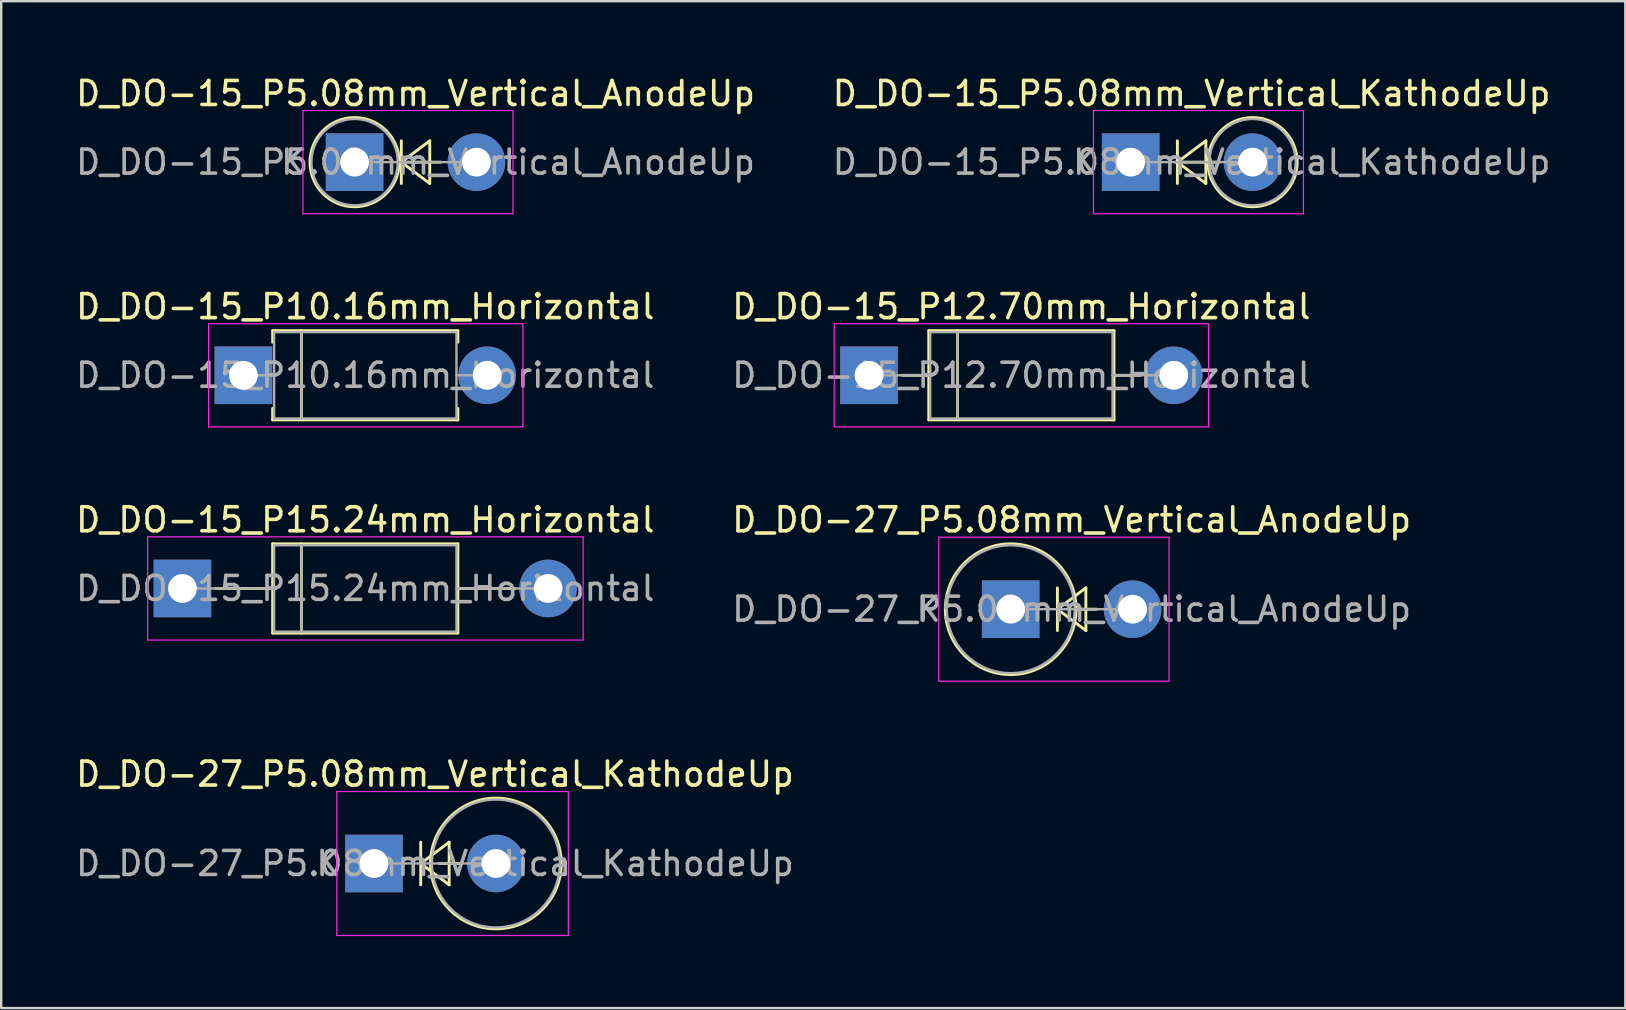
<source format=kicad_pcb>
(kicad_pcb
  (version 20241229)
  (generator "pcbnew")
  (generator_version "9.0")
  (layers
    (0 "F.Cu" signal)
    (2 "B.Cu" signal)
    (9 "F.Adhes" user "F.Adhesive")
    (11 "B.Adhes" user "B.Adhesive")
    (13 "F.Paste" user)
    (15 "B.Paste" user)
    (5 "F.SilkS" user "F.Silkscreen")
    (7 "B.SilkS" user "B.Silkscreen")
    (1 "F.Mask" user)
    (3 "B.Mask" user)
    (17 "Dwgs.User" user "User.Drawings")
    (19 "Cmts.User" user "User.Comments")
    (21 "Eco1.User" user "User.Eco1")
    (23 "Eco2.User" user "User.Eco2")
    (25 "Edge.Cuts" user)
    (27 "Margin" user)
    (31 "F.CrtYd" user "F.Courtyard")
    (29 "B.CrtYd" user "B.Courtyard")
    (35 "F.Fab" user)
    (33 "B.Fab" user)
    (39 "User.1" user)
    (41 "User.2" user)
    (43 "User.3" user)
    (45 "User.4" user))
  (footprint "D_DO-15_P12.70mm_Horizontal"
    (layer "F.Cu")
    (at 33.168 12.591)
    (property "Reference" "D_DO-15_P12.70mm_Horizontal" (at 6.35 -2.86 0) (layer "F.SilkS") (effects (font (size 1 1) (thickness 0.15))))
    (attr through_hole)
    (fp_line (start 1.38 0) (end 2.49 0) (stroke (width 0.12) (type solid)) (layer "F.SilkS"))
    (fp_line (start 2.49 -1.86) (end 2.49 1.86) (stroke (width 0.12) (type solid)) (layer "F.SilkS"))
    (fp_line (start 2.49 1.86) (end 10.21 1.86) (stroke (width 0.12) (type solid)) (layer "F.SilkS"))
    (fp_line (start 3.69 -1.86) (end 3.69 1.86) (stroke (width 0.12) (type solid)) (layer "F.SilkS"))
    (fp_line (start 10.21 -1.86) (end 2.49 -1.86) (stroke (width 0.12) (type solid)) (layer "F.SilkS"))
    (fp_line (start 10.21 1.86) (end 10.21 -1.86) (stroke (width 0.12) (type solid)) (layer "F.SilkS"))
    (fp_line (start 11.32 0) (end 10.21 0) (stroke (width 0.12) (type solid)) (layer "F.SilkS"))
    (fp_line (start -1.45 -2.15) (end -1.45 2.15) (stroke (width 0.05) (type solid)) (layer "F.CrtYd"))
    (fp_line (start -1.45 2.15) (end 14.15 2.15) (stroke (width 0.05) (type solid)) (layer "F.CrtYd"))
    (fp_line (start 14.15 -2.15) (end -1.45 -2.15) (stroke (width 0.05) (type solid)) (layer "F.CrtYd"))
    (fp_line (start 14.15 2.15) (end 14.15 -2.15) (stroke (width 0.05) (type solid)) (layer "F.CrtYd"))
    (fp_line (start 0 0) (end 2.55 0) (stroke (width 0.1) (type solid)) (layer "F.Fab"))
    (fp_line (start 2.55 -1.8) (end 2.55 1.8) (stroke (width 0.1) (type solid)) (layer "F.Fab"))
    (fp_line (start 2.55 1.8) (end 10.15 1.8) (stroke (width 0.1) (type solid)) (layer "F.Fab"))
    (fp_line (start 3.69 -1.8) (end 3.69 1.8) (stroke (width 0.1) (type solid)) (layer "F.Fab"))
    (fp_line (start 10.15 -1.8) (end 2.55 -1.8) (stroke (width 0.1) (type solid)) (layer "F.Fab"))
    (fp_line (start 10.15 1.8) (end 10.15 -1.8) (stroke (width 0.1) (type solid)) (layer "F.Fab"))
    (fp_line (start 12.7 0) (end 10.15 0) (stroke (width 0.1) (type solid)) (layer "F.Fab"))
    (fp_text user "${REFERENCE}" (at 6.35 0 0) (layer "F.Fab") (effects (font (size 1 1) (thickness 0.15))))
    (pad "1" thru_hole rect (at 0 0) (size 2.4 2.4) (drill 1.2) (layers "*.Cu" "*.Mask"))
    (pad "2" thru_hole oval (at 12.7 0) (size 2.4 2.4) (drill 1.2) (layers "*.Cu" "*.Mask")))
  (footprint "D_DO-15_P5.08mm_Vertical_KathodeUp"
    (layer "F.Cu")
    (at 44.073 3.708)
    (property "Reference" "D_DO-15_P5.08mm_Vertical_KathodeUp" (at 2.54 -2.86 0) (layer "F.SilkS") (effects (font (size 1 1) (thickness 0.15))))
    (attr through_hole)
    (fp_line (start 1.86 0) (end 3.58 0) (stroke (width 0.12) (type solid)) (layer "F.SilkS"))
    (fp_line (start 1.947 -0.889) (end 1.947 0.889) (stroke (width 0.12) (type solid)) (layer "F.SilkS"))
    (fp_line (start 1.947 0) (end 3.133 -0.889) (stroke (width 0.12) (type solid)) (layer "F.SilkS"))
    (fp_line (start 3.133 -0.889) (end 3.133 0.889) (stroke (width 0.12) (type solid)) (layer "F.SilkS"))
    (fp_line (start 3.133 0.889) (end 1.947 0) (stroke (width 0.12) (type solid)) (layer "F.SilkS"))
    (fp_circle (center 5.08 0) (end 6.94 0) (stroke (width 0.12) (type solid)) (fill no) (layer "F.SilkS"))
    (fp_line (start -1.55 -2.15) (end -1.55 2.15) (stroke (width 0.05) (type solid)) (layer "F.CrtYd"))
    (fp_line (start -1.55 2.15) (end 7.2 2.15) (stroke (width 0.05) (type solid)) (layer "F.CrtYd"))
    (fp_line (start 7.2 -2.15) (end -1.55 -2.15) (stroke (width 0.05) (type solid)) (layer "F.CrtYd"))
    (fp_line (start 7.2 2.15) (end 7.2 -2.15) (stroke (width 0.05) (type solid)) (layer "F.CrtYd"))
    (fp_line (start 0 0) (end 5.08 0) (stroke (width 0.1) (type solid)) (layer "F.Fab"))
    (fp_circle (center 5.08 0) (end 6.88 0) (stroke (width 0.1) (type solid)) (fill no) (layer "F.Fab"))
    (fp_text user "K" (at -1.9 0 0) (layer "F.Fab") (effects (font (size 1 1) (thickness 0.15))))
    (fp_text user "${REFERENCE}" (at 2.54 0 0) (layer "F.Fab") (effects (font (size 1 1) (thickness 0.15))))
    (pad "1" thru_hole rect (at 0 0) (size 2.4 2.4) (drill 1.2) (layers "*.Cu" "*.Mask"))
    (pad "2" thru_hole oval (at 5.08 0) (size 2.4 2.4) (drill 1.2) (layers "*.Cu" "*.Mask")))
  (footprint "D_DO-15_P15.24mm_Horizontal"
    (layer "F.Cu")
    (at 4.553 21.475)
    (property "Reference" "D_DO-15_P15.24mm_Horizontal" (at 7.62 -2.86 0) (layer "F.SilkS") (effects (font (size 1 1) (thickness 0.15))))
    (attr through_hole)
    (fp_line (start 1.38 0) (end 3.76 0) (stroke (width 0.12) (type solid)) (layer "F.SilkS"))
    (fp_line (start 3.76 -1.86) (end 3.76 1.86) (stroke (width 0.12) (type solid)) (layer "F.SilkS"))
    (fp_line (start 3.76 1.86) (end 11.48 1.86) (stroke (width 0.12) (type solid)) (layer "F.SilkS"))
    (fp_line (start 4.96 -1.86) (end 4.96 1.86) (stroke (width 0.12) (type solid)) (layer "F.SilkS"))
    (fp_line (start 11.48 -1.86) (end 3.76 -1.86) (stroke (width 0.12) (type solid)) (layer "F.SilkS"))
    (fp_line (start 11.48 1.86) (end 11.48 -1.86) (stroke (width 0.12) (type solid)) (layer "F.SilkS"))
    (fp_line (start 13.86 0) (end 11.48 0) (stroke (width 0.12) (type solid)) (layer "F.SilkS"))
    (fp_line (start -1.45 -2.15) (end -1.45 2.15) (stroke (width 0.05) (type solid)) (layer "F.CrtYd"))
    (fp_line (start -1.45 2.15) (end 16.7 2.15) (stroke (width 0.05) (type solid)) (layer "F.CrtYd"))
    (fp_line (start 16.7 -2.15) (end -1.45 -2.15) (stroke (width 0.05) (type solid)) (layer "F.CrtYd"))
    (fp_line (start 16.7 2.15) (end 16.7 -2.15) (stroke (width 0.05) (type solid)) (layer "F.CrtYd"))
    (fp_line (start 0 0) (end 3.82 0) (stroke (width 0.1) (type solid)) (layer "F.Fab"))
    (fp_line (start 3.82 -1.8) (end 3.82 1.8) (stroke (width 0.1) (type solid)) (layer "F.Fab"))
    (fp_line (start 3.82 1.8) (end 11.42 1.8) (stroke (width 0.1) (type solid)) (layer "F.Fab"))
    (fp_line (start 4.96 -1.8) (end 4.96 1.8) (stroke (width 0.1) (type solid)) (layer "F.Fab"))
    (fp_line (start 11.42 -1.8) (end 3.82 -1.8) (stroke (width 0.1) (type solid)) (layer "F.Fab"))
    (fp_line (start 11.42 1.8) (end 11.42 -1.8) (stroke (width 0.1) (type solid)) (layer "F.Fab"))
    (fp_line (start 15.24 0) (end 11.42 0) (stroke (width 0.1) (type solid)) (layer "F.Fab"))
    (fp_text user "${REFERENCE}" (at 7.62 0 0) (layer "F.Fab") (effects (font (size 1 1) (thickness 0.15))))
    (pad "1" thru_hole rect (at 0 0) (size 2.4 2.4) (drill 1.2) (layers "*.Cu" "*.Mask"))
    (pad "2" thru_hole oval (at 15.24 0) (size 2.4 2.4) (drill 1.2) (layers "*.Cu" "*.Mask")))
  (footprint "D_DO-27_P5.08mm_Vertical_AnodeUp"
    (layer "F.Cu")
    (at 39.073 22.34)
    (property "Reference" "D_DO-27_P5.08mm_Vertical_AnodeUp" (at 2.54 -3.725 0) (layer "F.SilkS") (effects (font (size 1 1) (thickness 0.15))))
    (attr through_hole)
    (fp_line (start 1.947 -0.889) (end 1.947 0.889) (stroke (width 0.12) (type solid)) (layer "F.SilkS"))
    (fp_line (start 1.947 0) (end 3.133 -0.889) (stroke (width 0.12) (type solid)) (layer "F.SilkS"))
    (fp_line (start 2.725 0) (end 3.58 0) (stroke (width 0.12) (type solid)) (layer "F.SilkS"))
    (fp_line (start 3.133 -0.889) (end 3.133 0.889) (stroke (width 0.12) (type solid)) (layer "F.SilkS"))
    (fp_line (start 3.133 0.889) (end 1.947 0) (stroke (width 0.12) (type solid)) (layer "F.SilkS"))
    (fp_circle (center 0 0) (end 2.725 0) (stroke (width 0.12) (type solid)) (fill no) (layer "F.SilkS"))
    (fp_line (start -3 -3) (end -3 3) (stroke (width 0.05) (type solid)) (layer "F.CrtYd"))
    (fp_line (start -3 3) (end 6.6 3) (stroke (width 0.05) (type solid)) (layer "F.CrtYd"))
    (fp_line (start 6.6 -3) (end -3 -3) (stroke (width 0.05) (type solid)) (layer "F.CrtYd"))
    (fp_line (start 6.6 3) (end 6.6 -3) (stroke (width 0.05) (type solid)) (layer "F.CrtYd"))
    (fp_line (start 0 0) (end 5.08 0) (stroke (width 0.1) (type solid)) (layer "F.Fab"))
    (fp_circle (center 0 0) (end 2.665 0) (stroke (width 0.1) (type solid)) (fill no) (layer "F.Fab"))
    (fp_text user "K" (at -3.425 0 0) (layer "F.Fab") (effects (font (size 1 1) (thickness 0.15))))
    (fp_text user "${REFERENCE}" (at 2.54 0 0) (layer "F.Fab") (effects (font (size 1 1) (thickness 0.15))))
    (pad "1" thru_hole rect (at 0 0) (size 2.4 2.4) (drill 1.2) (layers "*.Cu" "*.Mask"))
    (pad "2" thru_hole oval (at 5.08 0) (size 2.4 2.4) (drill 1.2) (layers "*.Cu" "*.Mask")))
  (footprint "D_DO-15_P5.08mm_Vertical_AnodeUp"
    (layer "F.Cu")
    (at 11.728 3.708)
    (property "Reference" "D_DO-15_P5.08mm_Vertical_AnodeUp" (at 2.54 -2.86 0) (layer "F.SilkS") (effects (font (size 1 1) (thickness 0.15))))
    (attr through_hole)
    (fp_line (start 1.86 0) (end 3.58 0) (stroke (width 0.12) (type solid)) (layer "F.SilkS"))
    (fp_line (start 1.947 -0.889) (end 1.947 0.889) (stroke (width 0.12) (type solid)) (layer "F.SilkS"))
    (fp_line (start 1.947 0) (end 3.133 -0.889) (stroke (width 0.12) (type solid)) (layer "F.SilkS"))
    (fp_line (start 3.133 -0.889) (end 3.133 0.889) (stroke (width 0.12) (type solid)) (layer "F.SilkS"))
    (fp_line (start 3.133 0.889) (end 1.947 0) (stroke (width 0.12) (type solid)) (layer "F.SilkS"))
    (fp_circle (center 0 0) (end 1.86 0) (stroke (width 0.12) (type solid)) (fill no) (layer "F.SilkS"))
    (fp_line (start -2.15 -2.15) (end -2.15 2.15) (stroke (width 0.05) (type solid)) (layer "F.CrtYd"))
    (fp_line (start -2.15 2.15) (end 6.6 2.15) (stroke (width 0.05) (type solid)) (layer "F.CrtYd"))
    (fp_line (start 6.6 -2.15) (end -2.15 -2.15) (stroke (width 0.05) (type solid)) (layer "F.CrtYd"))
    (fp_line (start 6.6 2.15) (end 6.6 -2.15) (stroke (width 0.05) (type solid)) (layer "F.CrtYd"))
    (fp_line (start 0 0) (end 5.08 0) (stroke (width 0.1) (type solid)) (layer "F.Fab"))
    (fp_circle (center 0 0) (end 1.8 0) (stroke (width 0.1) (type solid)) (fill no) (layer "F.Fab"))
    (fp_text user "K" (at -2.56 0 0) (layer "F.Fab") (effects (font (size 1 1) (thickness 0.15))))
    (fp_text user "${REFERENCE}" (at 2.54 0 0) (layer "F.Fab") (effects (font (size 1 1) (thickness 0.15))))
    (pad "1" thru_hole rect (at 0 0) (size 2.4 2.4) (drill 1.2) (layers "*.Cu" "*.Mask"))
    (pad "2" thru_hole oval (at 5.08 0) (size 2.4 2.4) (drill 1.2) (layers "*.Cu" "*.Mask")))
  (footprint "D_DO-27_P5.08mm_Vertical_KathodeUp"
    (layer "F.Cu")
    (at 12.537 32.938)
    (property "Reference" "D_DO-27_P5.08mm_Vertical_KathodeUp" (at 2.54 -3.725 0) (layer "F.SilkS") (effects (font (size 1 1) (thickness 0.15))))
    (attr through_hole)
    (fp_line (start 1.947 -0.889) (end 1.947 0.889) (stroke (width 0.12) (type solid)) (layer "F.SilkS"))
    (fp_line (start 1.947 0) (end 3.133 -0.889) (stroke (width 0.12) (type solid)) (layer "F.SilkS"))
    (fp_line (start 2.725 0) (end 3.58 0) (stroke (width 0.12) (type solid)) (layer "F.SilkS"))
    (fp_line (start 3.133 -0.889) (end 3.133 0.889) (stroke (width 0.12) (type solid)) (layer "F.SilkS"))
    (fp_line (start 3.133 0.889) (end 1.947 0) (stroke (width 0.12) (type solid)) (layer "F.SilkS"))
    (fp_circle (center 5.08 0) (end 7.805 0) (stroke (width 0.12) (type solid)) (fill no) (layer "F.SilkS"))
    (fp_line (start -1.55 -3) (end -1.55 3) (stroke (width 0.05) (type solid)) (layer "F.CrtYd"))
    (fp_line (start -1.55 3) (end 8.1 3) (stroke (width 0.05) (type solid)) (layer "F.CrtYd"))
    (fp_line (start 8.1 -3) (end -1.55 -3) (stroke (width 0.05) (type solid)) (layer "F.CrtYd"))
    (fp_line (start 8.1 3) (end 8.1 -3) (stroke (width 0.05) (type solid)) (layer "F.CrtYd"))
    (fp_line (start 0 0) (end 5.08 0) (stroke (width 0.1) (type solid)) (layer "F.Fab"))
    (fp_circle (center 5.08 0) (end 7.745 0) (stroke (width 0.1) (type solid)) (fill no) (layer "F.Fab"))
    (fp_text user "K" (at -1.9 0 0) (layer "F.Fab") (effects (font (size 1 1) (thickness 0.15))))
    (fp_text user "${REFERENCE}" (at 2.54 0 0) (layer "F.Fab") (effects (font (size 1 1) (thickness 0.15))))
    (pad "1" thru_hole rect (at 0 0) (size 2.4 2.4) (drill 1.2) (layers "*.Cu" "*.Mask"))
    (pad "2" thru_hole oval (at 5.08 0) (size 2.4 2.4) (drill 1.2) (layers "*.Cu" "*.Mask")))
  (footprint "D_DO-15_P10.16mm_Horizontal"
    (layer "F.Cu")
    (at 7.093 12.591)
    (property "Reference" "D_DO-15_P10.16mm_Horizontal" (at 5.08 -2.86 0) (layer "F.SilkS") (effects (font (size 1 1) (thickness 0.15))))
    (attr through_hole)
    (fp_line (start 1.22 -1.86) (end 8.94 -1.86) (stroke (width 0.12) (type solid)) (layer "F.SilkS"))
    (fp_line (start 1.22 -1.38) (end 1.22 -1.86) (stroke (width 0.12) (type solid)) (layer "F.SilkS"))
    (fp_line (start 1.22 1.38) (end 1.22 1.86) (stroke (width 0.12) (type solid)) (layer "F.SilkS"))
    (fp_line (start 1.22 1.86) (end 8.94 1.86) (stroke (width 0.12) (type solid)) (layer "F.SilkS"))
    (fp_line (start 2.42 -1.86) (end 2.42 1.86) (stroke (width 0.12) (type solid)) (layer "F.SilkS"))
    (fp_line (start 8.94 -1.86) (end 8.94 -1.38) (stroke (width 0.12) (type solid)) (layer "F.SilkS"))
    (fp_line (start 8.94 1.86) (end 8.94 1.38) (stroke (width 0.12) (type solid)) (layer "F.SilkS"))
    (fp_line (start -1.45 -2.15) (end -1.45 2.15) (stroke (width 0.05) (type solid)) (layer "F.CrtYd"))
    (fp_line (start -1.45 2.15) (end 11.65 2.15) (stroke (width 0.05) (type solid)) (layer "F.CrtYd"))
    (fp_line (start 11.65 -2.15) (end -1.45 -2.15) (stroke (width 0.05) (type solid)) (layer "F.CrtYd"))
    (fp_line (start 11.65 2.15) (end 11.65 -2.15) (stroke (width 0.05) (type solid)) (layer "F.CrtYd"))
    (fp_line (start 0 0) (end 1.28 0) (stroke (width 0.1) (type solid)) (layer "F.Fab"))
    (fp_line (start 1.28 -1.8) (end 1.28 1.8) (stroke (width 0.1) (type solid)) (layer "F.Fab"))
    (fp_line (start 1.28 1.8) (end 8.88 1.8) (stroke (width 0.1) (type solid)) (layer "F.Fab"))
    (fp_line (start 2.42 -1.8) (end 2.42 1.8) (stroke (width 0.1) (type solid)) (layer "F.Fab"))
    (fp_line (start 8.88 -1.8) (end 1.28 -1.8) (stroke (width 0.1) (type solid)) (layer "F.Fab"))
    (fp_line (start 8.88 1.8) (end 8.88 -1.8) (stroke (width 0.1) (type solid)) (layer "F.Fab"))
    (fp_line (start 10.16 0) (end 8.88 0) (stroke (width 0.1) (type solid)) (layer "F.Fab"))
    (fp_text user "${REFERENCE}" (at 5.08 0 0) (layer "F.Fab") (effects (font (size 1 1) (thickness 0.15))))
    (pad "1" thru_hole rect (at 0 0) (size 2.4 2.4) (drill 1.2) (layers "*.Cu" "*.Mask"))
    (pad "2" thru_hole oval (at 10.16 0) (size 2.4 2.4) (drill 1.2) (layers "*.Cu" "*.Mask")))
  (gr_rect
    (start -3 -3)
    (end 64.69 38.963)
    (stroke (width 0.1) (type default))
    (fill no)
    (layer "Edge.Cuts")))
</source>
